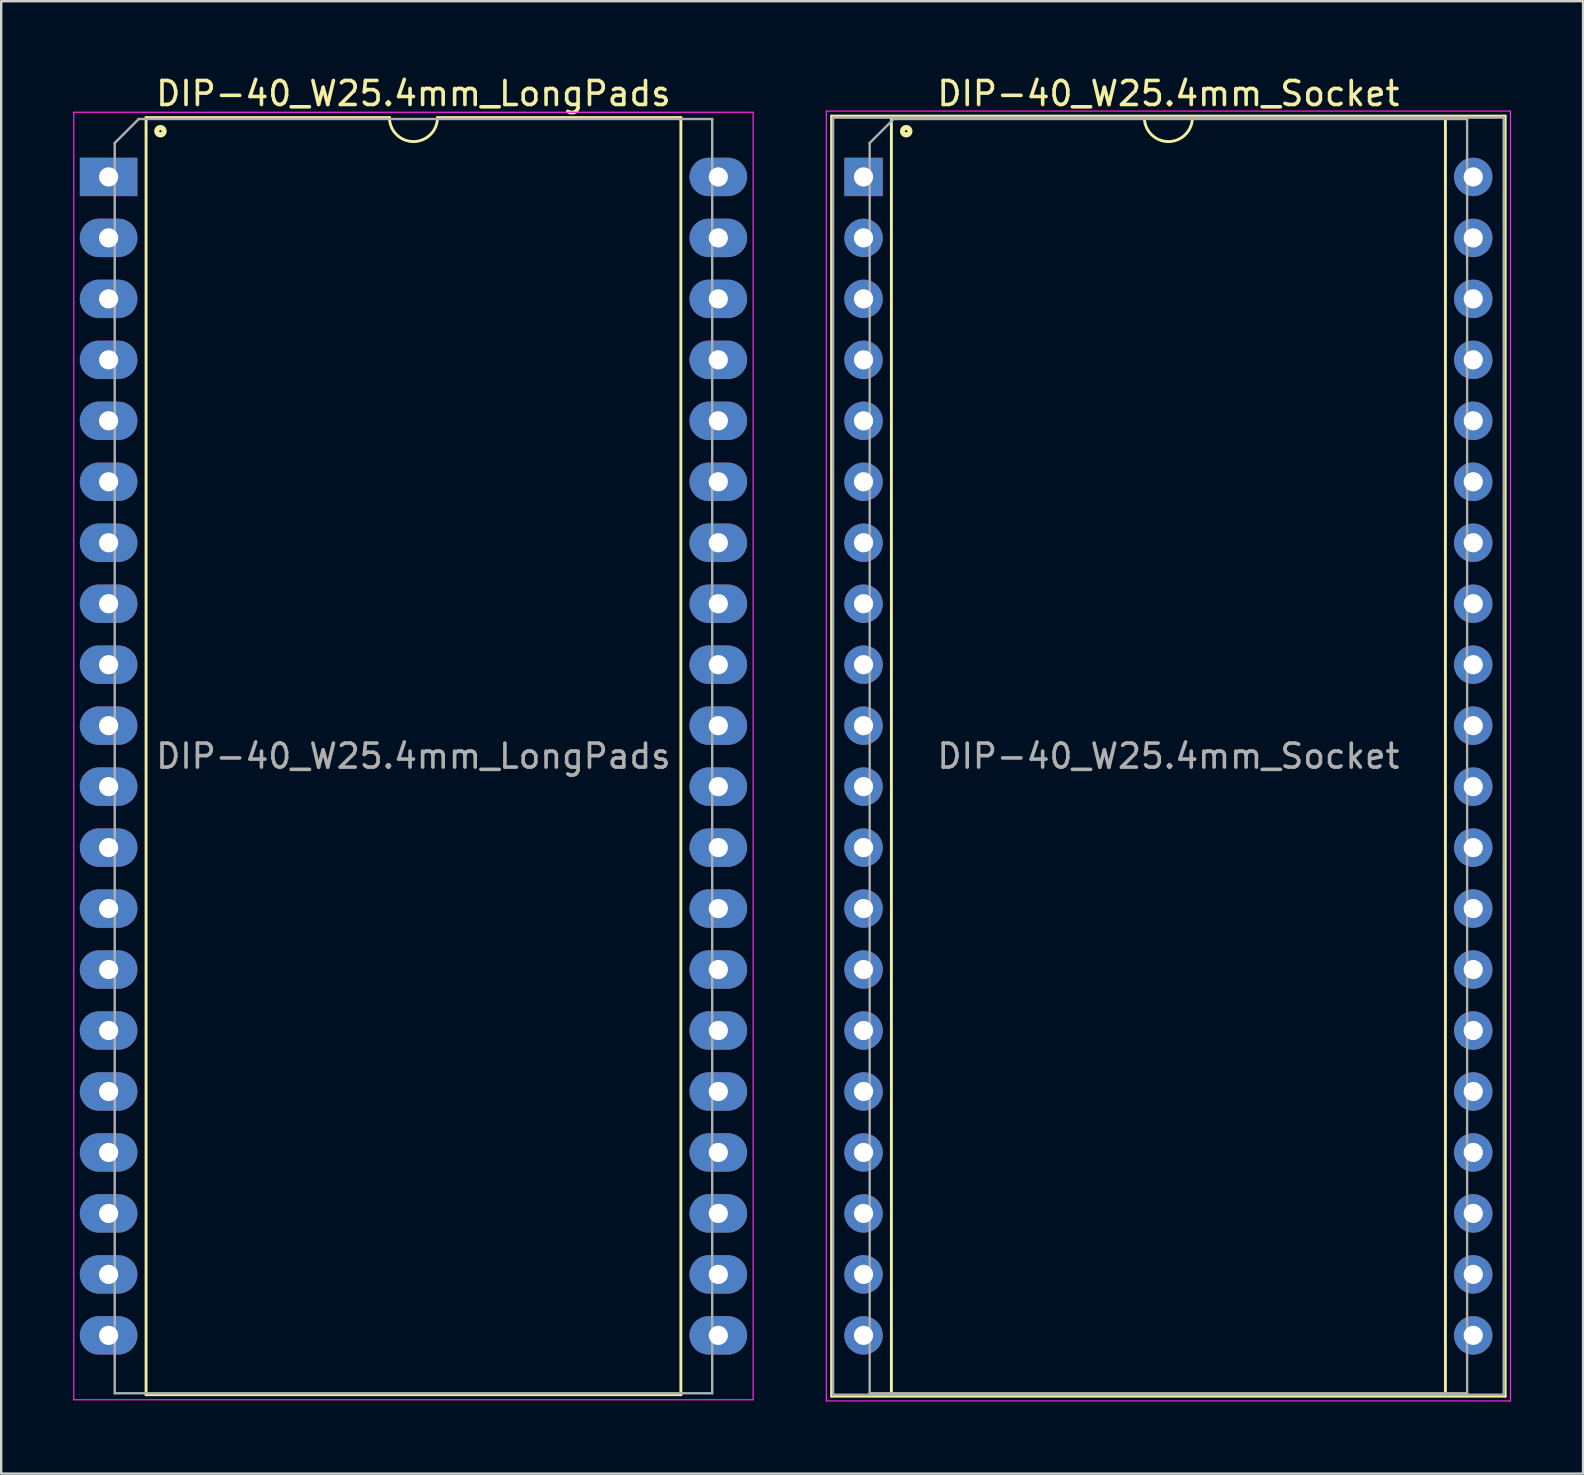
<source format=kicad_pcb>
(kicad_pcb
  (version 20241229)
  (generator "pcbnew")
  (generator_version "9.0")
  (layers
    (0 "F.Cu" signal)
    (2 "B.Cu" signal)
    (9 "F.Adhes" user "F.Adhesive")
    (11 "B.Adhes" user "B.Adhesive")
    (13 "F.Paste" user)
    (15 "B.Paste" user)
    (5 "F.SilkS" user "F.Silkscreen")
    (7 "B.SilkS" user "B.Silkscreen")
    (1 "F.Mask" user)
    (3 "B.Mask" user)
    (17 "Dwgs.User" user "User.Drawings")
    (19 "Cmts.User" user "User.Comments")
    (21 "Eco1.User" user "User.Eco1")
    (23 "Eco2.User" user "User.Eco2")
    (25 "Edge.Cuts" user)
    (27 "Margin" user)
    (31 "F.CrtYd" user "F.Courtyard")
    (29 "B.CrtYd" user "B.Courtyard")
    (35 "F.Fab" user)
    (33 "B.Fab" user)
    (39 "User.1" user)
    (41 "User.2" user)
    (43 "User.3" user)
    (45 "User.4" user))
  (footprint "DIP-40_W25.4mm_LongPads"
    (layer "F.Cu")
    (at 1.475 4.321)
    (property "Reference" "DIP-40_W25.4mm_LongPads" (at 12.7 -3.473 0) (layer "F.SilkS") (effects (font (size 1 1) (thickness 0.15))))
    (attr through_hole)
    (fp_line (start 1.56 -2.473) (end 1.56 50.733) (stroke (width 0.12) (type solid)) (layer "F.SilkS"))
    (fp_line (start 1.56 50.733) (end 23.84 50.733) (stroke (width 0.12) (type solid)) (layer "F.SilkS"))
    (fp_line (start 11.7 -2.473) (end 1.56 -2.473) (stroke (width 0.12) (type solid)) (layer "F.SilkS"))
    (fp_line (start 23.84 -2.473) (end 13.7 -2.473) (stroke (width 0.12) (type solid)) (layer "F.SilkS"))
    (fp_line (start 23.84 50.733) (end 23.84 -2.473) (stroke (width 0.12) (type solid)) (layer "F.SilkS"))
    (fp_arc (start 13.7 -2.473) (mid 12.7 -1.473) (end 11.7 -2.473) (stroke (width 0.12) (type solid)) (layer "F.SilkS"))
    (fp_circle (center 2.159 -1.905) (end 2.209 -1.905) (stroke (width 0.12) (type solid)) (fill no) (layer "F.SilkS"))
    (fp_circle (center 2.159 -1.905) (end 2.284 -1.905) (stroke (width 0.12) (type solid)) (fill no) (layer "F.SilkS"))
    (fp_circle (center 2.159 -1.905) (end 2.359 -1.905) (stroke (width 0.12) (type solid)) (fill no) (layer "F.SilkS"))
    (fp_line (start -1.45 -2.693) (end -1.45 50.943) (stroke (width 0.05) (type solid)) (layer "F.CrtYd"))
    (fp_line (start -1.45 50.943) (end 26.85 50.943) (stroke (width 0.05) (type solid)) (layer "F.CrtYd"))
    (fp_line (start 26.85 -2.693) (end -1.45 -2.693) (stroke (width 0.05) (type solid)) (layer "F.CrtYd"))
    (fp_line (start 26.85 50.943) (end 26.85 -2.693) (stroke (width 0.05) (type solid)) (layer "F.CrtYd"))
    (fp_line (start 0.255 -1.413) (end 1.255 -2.413) (stroke (width 0.1) (type solid)) (layer "F.Fab"))
    (fp_line (start 0.255 50.673) (end 0.255 -1.413) (stroke (width 0.1) (type solid)) (layer "F.Fab"))
    (fp_line (start 1.255 -2.413) (end 25.145 -2.413) (stroke (width 0.1) (type solid)) (layer "F.Fab"))
    (fp_line (start 25.145 -2.413) (end 25.145 50.673) (stroke (width 0.1) (type solid)) (layer "F.Fab"))
    (fp_line (start 25.145 50.673) (end 0.255 50.673) (stroke (width 0.1) (type solid)) (layer "F.Fab"))
    (fp_text user "${REFERENCE}" (at 12.7 24.13 0) (layer "F.Fab") (effects (font (size 1 1) (thickness 0.15))))
    (pad "1" thru_hole rect (at 0 0) (size 2.4 1.6) (drill 0.8) (layers "*.Cu" "*.Mask"))
    (pad "2" thru_hole oval (at 0 2.54) (size 2.4 1.6) (drill 0.8) (layers "*.Cu" "*.Mask"))
    (pad "3" thru_hole oval (at 0 5.08) (size 2.4 1.6) (drill 0.8) (layers "*.Cu" "*.Mask"))
    (pad "4" thru_hole oval (at 0 7.62) (size 2.4 1.6) (drill 0.8) (layers "*.Cu" "*.Mask"))
    (pad "5" thru_hole oval (at 0 10.16) (size 2.4 1.6) (drill 0.8) (layers "*.Cu" "*.Mask"))
    (pad "6" thru_hole oval (at 0 12.7) (size 2.4 1.6) (drill 0.8) (layers "*.Cu" "*.Mask"))
    (pad "7" thru_hole oval (at 0 15.24) (size 2.4 1.6) (drill 0.8) (layers "*.Cu" "*.Mask"))
    (pad "8" thru_hole oval (at 0 17.78) (size 2.4 1.6) (drill 0.8) (layers "*.Cu" "*.Mask"))
    (pad "9" thru_hole oval (at 0 20.32) (size 2.4 1.6) (drill 0.8) (layers "*.Cu" "*.Mask"))
    (pad "10" thru_hole oval (at 0 22.86) (size 2.4 1.6) (drill 0.8) (layers "*.Cu" "*.Mask"))
    (pad "11" thru_hole oval (at 0 25.4) (size 2.4 1.6) (drill 0.8) (layers "*.Cu" "*.Mask"))
    (pad "12" thru_hole oval (at 0 27.94) (size 2.4 1.6) (drill 0.8) (layers "*.Cu" "*.Mask"))
    (pad "13" thru_hole oval (at 0 30.48) (size 2.4 1.6) (drill 0.8) (layers "*.Cu" "*.Mask"))
    (pad "14" thru_hole oval (at 0 33.02) (size 2.4 1.6) (drill 0.8) (layers "*.Cu" "*.Mask"))
    (pad "15" thru_hole oval (at 0 35.56) (size 2.4 1.6) (drill 0.8) (layers "*.Cu" "*.Mask"))
    (pad "16" thru_hole oval (at 0 38.1) (size 2.4 1.6) (drill 0.8) (layers "*.Cu" "*.Mask"))
    (pad "17" thru_hole oval (at 0 40.64) (size 2.4 1.6) (drill 0.8) (layers "*.Cu" "*.Mask"))
    (pad "18" thru_hole oval (at 0 43.18) (size 2.4 1.6) (drill 0.8) (layers "*.Cu" "*.Mask"))
    (pad "19" thru_hole oval (at 0 45.72) (size 2.4 1.6) (drill 0.8) (layers "*.Cu" "*.Mask"))
    (pad "20" thru_hole oval (at 0 48.26) (size 2.4 1.6) (drill 0.8) (layers "*.Cu" "*.Mask"))
    (pad "21" thru_hole oval (at 25.4 48.26) (size 2.4 1.6) (drill 0.8) (layers "*.Cu" "*.Mask"))
    (pad "22" thru_hole oval (at 25.4 45.72) (size 2.4 1.6) (drill 0.8) (layers "*.Cu" "*.Mask"))
    (pad "23" thru_hole oval (at 25.4 43.18) (size 2.4 1.6) (drill 0.8) (layers "*.Cu" "*.Mask"))
    (pad "24" thru_hole oval (at 25.4 40.64) (size 2.4 1.6) (drill 0.8) (layers "*.Cu" "*.Mask"))
    (pad "25" thru_hole oval (at 25.4 38.1) (size 2.4 1.6) (drill 0.8) (layers "*.Cu" "*.Mask"))
    (pad "26" thru_hole oval (at 25.4 35.56) (size 2.4 1.6) (drill 0.8) (layers "*.Cu" "*.Mask"))
    (pad "27" thru_hole oval (at 25.4 33.02) (size 2.4 1.6) (drill 0.8) (layers "*.Cu" "*.Mask"))
    (pad "28" thru_hole oval (at 25.4 30.48) (size 2.4 1.6) (drill 0.8) (layers "*.Cu" "*.Mask"))
    (pad "29" thru_hole oval (at 25.4 27.94) (size 2.4 1.6) (drill 0.8) (layers "*.Cu" "*.Mask"))
    (pad "30" thru_hole oval (at 25.4 25.4) (size 2.4 1.6) (drill 0.8) (layers "*.Cu" "*.Mask"))
    (pad "31" thru_hole oval (at 25.4 22.86) (size 2.4 1.6) (drill 0.8) (layers "*.Cu" "*.Mask"))
    (pad "32" thru_hole oval (at 25.4 20.32) (size 2.4 1.6) (drill 0.8) (layers "*.Cu" "*.Mask"))
    (pad "33" thru_hole oval (at 25.4 17.78) (size 2.4 1.6) (drill 0.8) (layers "*.Cu" "*.Mask"))
    (pad "34" thru_hole oval (at 25.4 15.24) (size 2.4 1.6) (drill 0.8) (layers "*.Cu" "*.Mask"))
    (pad "35" thru_hole oval (at 25.4 12.7) (size 2.4 1.6) (drill 0.8) (layers "*.Cu" "*.Mask"))
    (pad "36" thru_hole oval (at 25.4 10.16) (size 2.4 1.6) (drill 0.8) (layers "*.Cu" "*.Mask"))
    (pad "37" thru_hole oval (at 25.4 7.62) (size 2.4 1.6) (drill 0.8) (layers "*.Cu" "*.Mask"))
    (pad "38" thru_hole oval (at 25.4 5.08) (size 2.4 1.6) (drill 0.8) (layers "*.Cu" "*.Mask"))
    (pad "39" thru_hole oval (at 25.4 2.54) (size 2.4 1.6) (drill 0.8) (layers "*.Cu" "*.Mask"))
    (pad "40" thru_hole oval (at 25.4 0) (size 2.4 1.6) (drill 0.8) (layers "*.Cu" "*.Mask")))
  (footprint "DIP-40_W25.4mm_Socket"
    (layer "F.Cu")
    (at 32.925 4.321)
    (property "Reference" "DIP-40_W25.4mm_Socket" (at 12.7 -3.473 0) (layer "F.SilkS") (effects (font (size 1 1) (thickness 0.15))))
    (attr through_hole)
    (fp_line (start -1.33 -2.533) (end -1.33 50.793) (stroke (width 0.12) (type solid)) (layer "F.SilkS"))
    (fp_line (start -1.33 50.793) (end 26.73 50.793) (stroke (width 0.12) (type solid)) (layer "F.SilkS"))
    (fp_line (start 1.16 -2.473) (end 1.16 50.733) (stroke (width 0.12) (type solid)) (layer "F.SilkS"))
    (fp_line (start 1.16 50.733) (end 24.24 50.733) (stroke (width 0.12) (type solid)) (layer "F.SilkS"))
    (fp_line (start 11.7 -2.473) (end 1.16 -2.473) (stroke (width 0.12) (type solid)) (layer "F.SilkS"))
    (fp_line (start 24.24 -2.473) (end 13.7 -2.473) (stroke (width 0.12) (type solid)) (layer "F.SilkS"))
    (fp_line (start 24.24 50.733) (end 24.24 -2.473) (stroke (width 0.12) (type solid)) (layer "F.SilkS"))
    (fp_line (start 26.73 -2.533) (end -1.33 -2.533) (stroke (width 0.12) (type solid)) (layer "F.SilkS"))
    (fp_line (start 26.73 50.793) (end 26.73 -2.533) (stroke (width 0.12) (type solid)) (layer "F.SilkS"))
    (fp_arc (start 13.7 -2.473) (mid 12.7 -1.473) (end 11.7 -2.473) (stroke (width 0.12) (type solid)) (layer "F.SilkS"))
    (fp_circle (center 1.778 -1.905) (end 1.828 -1.905) (stroke (width 0.12) (type solid)) (fill no) (layer "F.SilkS"))
    (fp_circle (center 1.778 -1.905) (end 1.903 -1.905) (stroke (width 0.12) (type solid)) (fill no) (layer "F.SilkS"))
    (fp_circle (center 1.778 -1.905) (end 1.978 -1.905) (stroke (width 0.12) (type solid)) (fill no) (layer "F.SilkS"))
    (fp_line (start -1.55 -2.743) (end -1.55 50.993) (stroke (width 0.05) (type solid)) (layer "F.CrtYd"))
    (fp_line (start -1.55 50.993) (end 26.95 50.993) (stroke (width 0.05) (type solid)) (layer "F.CrtYd"))
    (fp_line (start 26.95 -2.743) (end -1.55 -2.743) (stroke (width 0.05) (type solid)) (layer "F.CrtYd"))
    (fp_line (start 26.95 50.993) (end 26.95 -2.743) (stroke (width 0.05) (type solid)) (layer "F.CrtYd"))
    (fp_line (start -1.27 -2.473) (end -1.27 50.733) (stroke (width 0.1) (type solid)) (layer "F.Fab"))
    (fp_line (start -1.27 50.733) (end 26.67 50.733) (stroke (width 0.1) (type solid)) (layer "F.Fab"))
    (fp_line (start 0.255 -1.413) (end 1.255 -2.413) (stroke (width 0.1) (type solid)) (layer "F.Fab"))
    (fp_line (start 0.255 50.673) (end 0.255 -1.413) (stroke (width 0.1) (type solid)) (layer "F.Fab"))
    (fp_line (start 1.255 -2.413) (end 25.145 -2.413) (stroke (width 0.1) (type solid)) (layer "F.Fab"))
    (fp_line (start 25.145 -2.413) (end 25.145 50.673) (stroke (width 0.1) (type solid)) (layer "F.Fab"))
    (fp_line (start 25.145 50.673) (end 0.255 50.673) (stroke (width 0.1) (type solid)) (layer "F.Fab"))
    (fp_line (start 26.67 -2.473) (end -1.27 -2.473) (stroke (width 0.1) (type solid)) (layer "F.Fab"))
    (fp_line (start 26.67 50.733) (end 26.67 -2.473) (stroke (width 0.1) (type solid)) (layer "F.Fab"))
    (fp_text user "${REFERENCE}" (at 12.7 24.13 0) (layer "F.Fab") (effects (font (size 1 1) (thickness 0.15))))
    (pad "1" thru_hole rect (at 0 0) (size 1.6 1.6) (drill 0.8) (layers "*.Cu" "*.Mask"))
    (pad "2" thru_hole oval (at 0 2.54) (size 1.6 1.6) (drill 0.8) (layers "*.Cu" "*.Mask"))
    (pad "3" thru_hole oval (at 0 5.08) (size 1.6 1.6) (drill 0.8) (layers "*.Cu" "*.Mask"))
    (pad "4" thru_hole oval (at 0 7.62) (size 1.6 1.6) (drill 0.8) (layers "*.Cu" "*.Mask"))
    (pad "5" thru_hole oval (at 0 10.16) (size 1.6 1.6) (drill 0.8) (layers "*.Cu" "*.Mask"))
    (pad "6" thru_hole oval (at 0 12.7) (size 1.6 1.6) (drill 0.8) (layers "*.Cu" "*.Mask"))
    (pad "7" thru_hole oval (at 0 15.24) (size 1.6 1.6) (drill 0.8) (layers "*.Cu" "*.Mask"))
    (pad "8" thru_hole oval (at 0 17.78) (size 1.6 1.6) (drill 0.8) (layers "*.Cu" "*.Mask"))
    (pad "9" thru_hole oval (at 0 20.32) (size 1.6 1.6) (drill 0.8) (layers "*.Cu" "*.Mask"))
    (pad "10" thru_hole oval (at 0 22.86) (size 1.6 1.6) (drill 0.8) (layers "*.Cu" "*.Mask"))
    (pad "11" thru_hole oval (at 0 25.4) (size 1.6 1.6) (drill 0.8) (layers "*.Cu" "*.Mask"))
    (pad "12" thru_hole oval (at 0 27.94) (size 1.6 1.6) (drill 0.8) (layers "*.Cu" "*.Mask"))
    (pad "13" thru_hole oval (at 0 30.48) (size 1.6 1.6) (drill 0.8) (layers "*.Cu" "*.Mask"))
    (pad "14" thru_hole oval (at 0 33.02) (size 1.6 1.6) (drill 0.8) (layers "*.Cu" "*.Mask"))
    (pad "15" thru_hole oval (at 0 35.56) (size 1.6 1.6) (drill 0.8) (layers "*.Cu" "*.Mask"))
    (pad "16" thru_hole oval (at 0 38.1) (size 1.6 1.6) (drill 0.8) (layers "*.Cu" "*.Mask"))
    (pad "17" thru_hole oval (at 0 40.64) (size 1.6 1.6) (drill 0.8) (layers "*.Cu" "*.Mask"))
    (pad "18" thru_hole oval (at 0 43.18) (size 1.6 1.6) (drill 0.8) (layers "*.Cu" "*.Mask"))
    (pad "19" thru_hole oval (at 0 45.72) (size 1.6 1.6) (drill 0.8) (layers "*.Cu" "*.Mask"))
    (pad "20" thru_hole oval (at 0 48.26) (size 1.6 1.6) (drill 0.8) (layers "*.Cu" "*.Mask"))
    (pad "21" thru_hole oval (at 25.4 48.26) (size 1.6 1.6) (drill 0.8) (layers "*.Cu" "*.Mask"))
    (pad "22" thru_hole oval (at 25.4 45.72) (size 1.6 1.6) (drill 0.8) (layers "*.Cu" "*.Mask"))
    (pad "23" thru_hole oval (at 25.4 43.18) (size 1.6 1.6) (drill 0.8) (layers "*.Cu" "*.Mask"))
    (pad "24" thru_hole oval (at 25.4 40.64) (size 1.6 1.6) (drill 0.8) (layers "*.Cu" "*.Mask"))
    (pad "25" thru_hole oval (at 25.4 38.1) (size 1.6 1.6) (drill 0.8) (layers "*.Cu" "*.Mask"))
    (pad "26" thru_hole oval (at 25.4 35.56) (size 1.6 1.6) (drill 0.8) (layers "*.Cu" "*.Mask"))
    (pad "27" thru_hole oval (at 25.4 33.02) (size 1.6 1.6) (drill 0.8) (layers "*.Cu" "*.Mask"))
    (pad "28" thru_hole oval (at 25.4 30.48) (size 1.6 1.6) (drill 0.8) (layers "*.Cu" "*.Mask"))
    (pad "29" thru_hole oval (at 25.4 27.94) (size 1.6 1.6) (drill 0.8) (layers "*.Cu" "*.Mask"))
    (pad "30" thru_hole oval (at 25.4 25.4) (size 1.6 1.6) (drill 0.8) (layers "*.Cu" "*.Mask"))
    (pad "31" thru_hole oval (at 25.4 22.86) (size 1.6 1.6) (drill 0.8) (layers "*.Cu" "*.Mask"))
    (pad "32" thru_hole oval (at 25.4 20.32) (size 1.6 1.6) (drill 0.8) (layers "*.Cu" "*.Mask"))
    (pad "33" thru_hole oval (at 25.4 17.78) (size 1.6 1.6) (drill 0.8) (layers "*.Cu" "*.Mask"))
    (pad "34" thru_hole oval (at 25.4 15.24) (size 1.6 1.6) (drill 0.8) (layers "*.Cu" "*.Mask"))
    (pad "35" thru_hole oval (at 25.4 12.7) (size 1.6 1.6) (drill 0.8) (layers "*.Cu" "*.Mask"))
    (pad "36" thru_hole oval (at 25.4 10.16) (size 1.6 1.6) (drill 0.8) (layers "*.Cu" "*.Mask"))
    (pad "37" thru_hole oval (at 25.4 7.62) (size 1.6 1.6) (drill 0.8) (layers "*.Cu" "*.Mask"))
    (pad "38" thru_hole oval (at 25.4 5.08) (size 1.6 1.6) (drill 0.8) (layers "*.Cu" "*.Mask"))
    (pad "39" thru_hole oval (at 25.4 2.54) (size 1.6 1.6) (drill 0.8) (layers "*.Cu" "*.Mask"))
    (pad "40" thru_hole oval (at 25.4 0) (size 1.6 1.6) (drill 0.8) (layers "*.Cu" "*.Mask")))
  (gr_rect
    (start -3 -3)
    (end 62.9 58.339)
    (stroke (width 0.1) (type default))
    (fill no)
    (layer "Edge.Cuts")))
</source>
